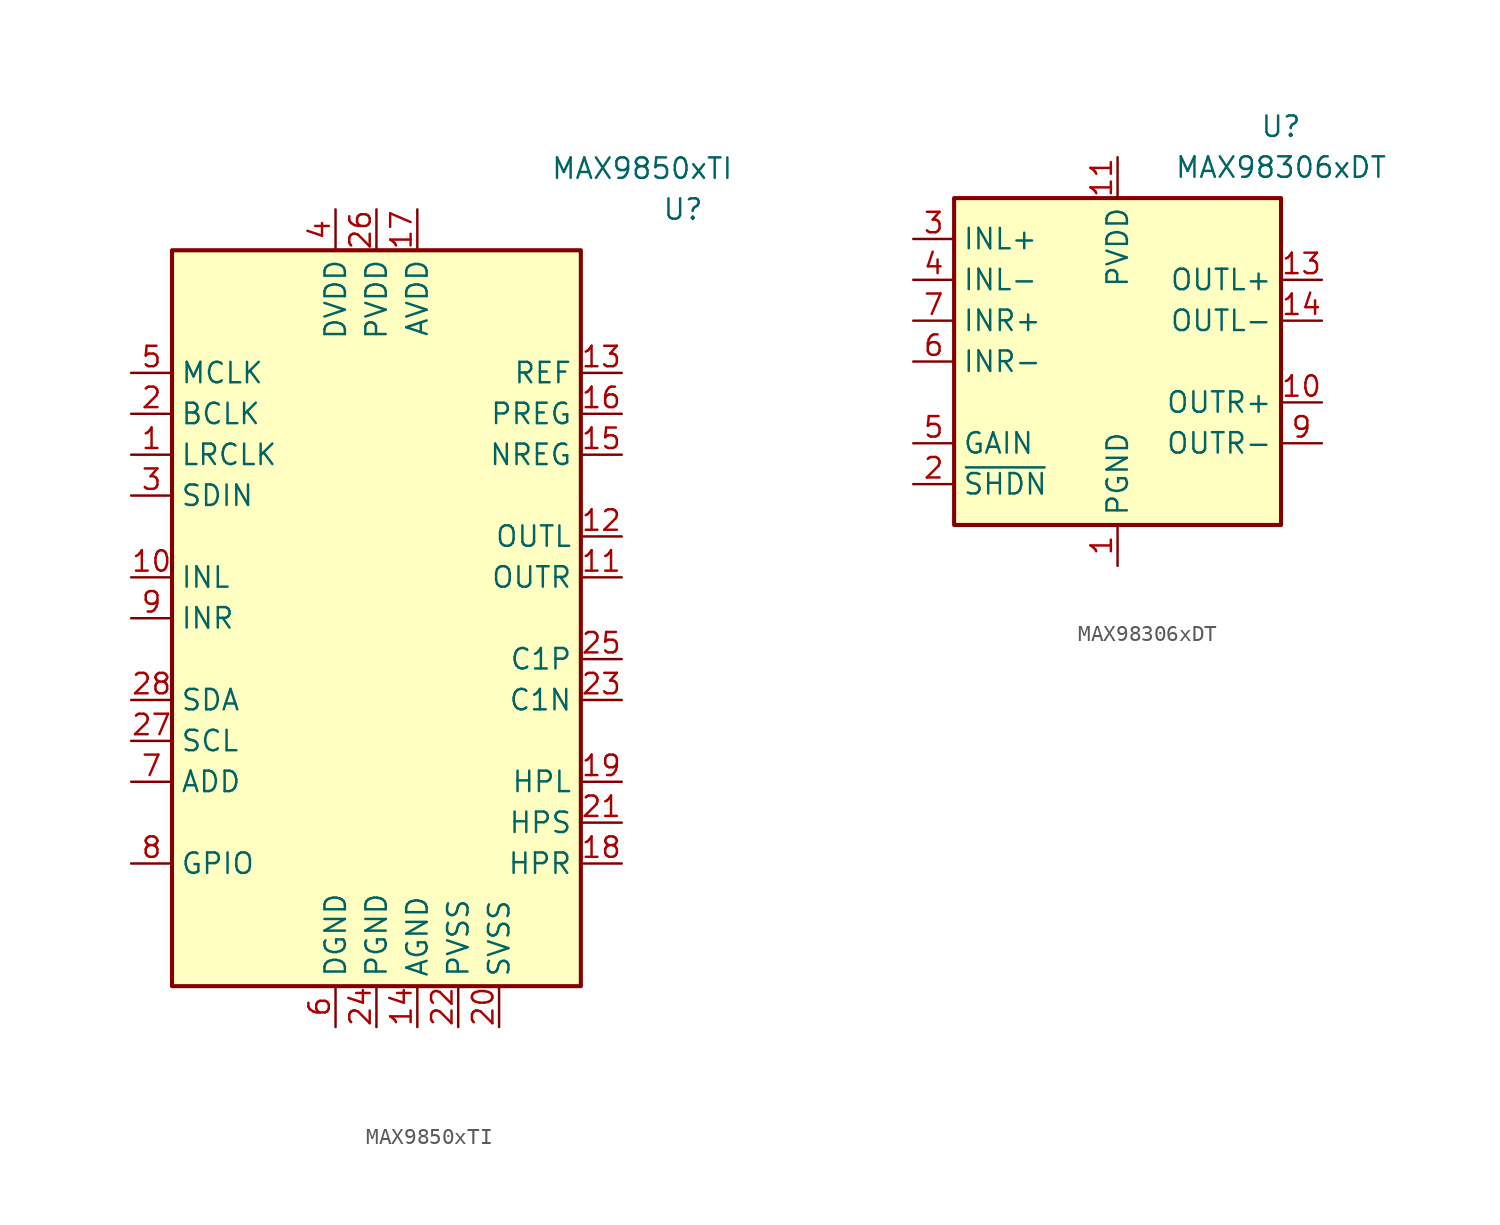
<source format=kicad_sym>
(kicad_symbol_lib
  (version 20201005)
  (generator kicad_symbol_editor)
  (symbol "Amplifier_Audio:MAX9850xTI"
    (property "Reference" "U"
      (at 19.05 25.4 0)
      (effects (font (size 1.27 1.27))))
    (property "Value" "MAX9850xTI"
      (at 16.51 27.94 0)
      (effects (font (size 1.27 1.27))))
    (symbol "MAX9850xTI_0_1"
      (rectangle (start -12.7 22.86) (end 12.7 -22.86) (stroke (width 0.254)) (fill (type background))))
    (symbol "MAX9850xTI_1_1"
      (pin bidirectional line (at -15.24 10.16 0) (length 2.54) (name "LRCLK" (effects (font (size 1.27 1.27)))) (number "1" (effects (font (size 1.27 1.27)))))
      (pin input line (at -15.24 2.54 0) (length 2.54) (name "INL" (effects (font (size 1.27 1.27)))) (number "10" (effects (font (size 1.27 1.27)))))
      (pin output line (at 15.24 2.54 180) (length 2.54) (name "OUTR" (effects (font (size 1.27 1.27)))) (number "11" (effects (font (size 1.27 1.27)))))
      (pin output line (at 15.24 5.08 180) (length 2.54) (name "OUTL" (effects (font (size 1.27 1.27)))) (number "12" (effects (font (size 1.27 1.27)))))
      (pin power_out line (at 15.24 15.24 180) (length 2.54) (name "REF" (effects (font (size 1.27 1.27)))) (number "13" (effects (font (size 1.27 1.27)))))
      (pin power_in line (at 2.54 -25.4 90) (length 2.54) (name "AGND" (effects (font (size 1.27 1.27)))) (number "14" (effects (font (size 1.27 1.27)))))
      (pin power_out line (at 15.24 10.16 180) (length 2.54) (name "NREG" (effects (font (size 1.27 1.27)))) (number "15" (effects (font (size 1.27 1.27)))))
      (pin power_out line (at 15.24 12.7 180) (length 2.54) (name "PREG" (effects (font (size 1.27 1.27)))) (number "16" (effects (font (size 1.27 1.27)))))
      (pin power_in line (at 2.54 25.4 270) (length 2.54) (name "AVDD" (effects (font (size 1.27 1.27)))) (number "17" (effects (font (size 1.27 1.27)))))
      (pin output line (at 15.24 -15.24 180) (length 2.54) (name "HPR" (effects (font (size 1.27 1.27)))) (number "18" (effects (font (size 1.27 1.27)))))
      (pin output line (at 15.24 -10.16 180) (length 2.54) (name "HPL" (effects (font (size 1.27 1.27)))) (number "19" (effects (font (size 1.27 1.27)))))
      (pin bidirectional line (at -15.24 12.7 0) (length 2.54) (name "BCLK" (effects (font (size 1.27 1.27)))) (number "2" (effects (font (size 1.27 1.27)))))
      (pin power_in line (at 7.62 -25.4 90) (length 2.54) (name "SVSS" (effects (font (size 1.27 1.27)))) (number "20" (effects (font (size 1.27 1.27)))))
      (pin input line (at 15.24 -12.7 180) (length 2.54) (name "HPS" (effects (font (size 1.27 1.27)))) (number "21" (effects (font (size 1.27 1.27)))))
      (pin power_in line (at 5.08 -25.4 90) (length 2.54) (name "PVSS" (effects (font (size 1.27 1.27)))) (number "22" (effects (font (size 1.27 1.27)))))
      (pin passive line (at 15.24 -5.08 180) (length 2.54) (name "C1N" (effects (font (size 1.27 1.27)))) (number "23" (effects (font (size 1.27 1.27)))))
      (pin power_in line (at 0 -25.4 90) (length 2.54) (name "PGND" (effects (font (size 1.27 1.27)))) (number "24" (effects (font (size 1.27 1.27)))))
      (pin passive line (at 15.24 -2.54 180) (length 2.54) (name "C1P" (effects (font (size 1.27 1.27)))) (number "25" (effects (font (size 1.27 1.27)))))
      (pin power_in line (at 0 25.4 270) (length 2.54) (name "PVDD" (effects (font (size 1.27 1.27)))) (number "26" (effects (font (size 1.27 1.27)))))
      (pin bidirectional line (at -15.24 -7.62 0) (length 2.54) (name "SCL" (effects (font (size 1.27 1.27)))) (number "27" (effects (font (size 1.27 1.27)))))
      (pin bidirectional line (at -15.24 -5.08 0) (length 2.54) (name "SDA" (effects (font (size 1.27 1.27)))) (number "28" (effects (font (size 1.27 1.27)))))
      (pin passive line (at 2.54 -25.4 90) (length 2.54) hide (name "AGND" (effects (font (size 1.27 1.27)))) (number "29" (effects (font (size 1.27 1.27)))))
      (pin input line (at -15.24 7.62 0) (length 2.54) (name "SDIN" (effects (font (size 1.27 1.27)))) (number "3" (effects (font (size 1.27 1.27)))))
      (pin power_in line (at -2.54 25.4 270) (length 2.54) (name "DVDD" (effects (font (size 1.27 1.27)))) (number "4" (effects (font (size 1.27 1.27)))))
      (pin input line (at -15.24 15.24 0) (length 2.54) (name "MCLK" (effects (font (size 1.27 1.27)))) (number "5" (effects (font (size 1.27 1.27)))))
      (pin power_in line (at -2.54 -25.4 90) (length 2.54) (name "DGND" (effects (font (size 1.27 1.27)))) (number "6" (effects (font (size 1.27 1.27)))))
      (pin input line (at -15.24 -10.16 0) (length 2.54) (name "ADD" (effects (font (size 1.27 1.27)))) (number "7" (effects (font (size 1.27 1.27)))))
      (pin bidirectional line (at -15.24 -15.24 0) (length 2.54) (name "GPIO" (effects (font (size 1.27 1.27)))) (number "8" (effects (font (size 1.27 1.27)))))
      (pin input line (at -15.24 0 0) (length 2.54) (name "INR" (effects (font (size 1.27 1.27)))) (number "9" (effects (font (size 1.27 1.27)))))))
  (symbol "Amplifier_Audio:MAX98306xDT"
    (property "Reference" "U"
      (at 10.16 14.605 0)
      (effects (font (size 1.27 1.27))))
    (property "Value" "MAX98306xDT"
      (at 10.16 12.065 0)
      (effects (font (size 1.27 1.27))))
    (symbol "MAX98306xDT_0_1"
      (rectangle (start -10.16 10.16) (end 10.16 -10.16) (stroke (width 0.254)) (fill (type background))))
    (symbol "MAX98306xDT_1_1"
      (pin power_in line (at 0 -12.7 90) (length 2.54) (name "PGND" (effects (font (size 1.27 1.27)))) (number "1" (effects (font (size 1.27 1.27)))))
      (pin power_out line (at 12.7 -2.54 180) (length 2.54) (name "OUTR+" (effects (font (size 1.27 1.27)))) (number "10" (effects (font (size 1.27 1.27)))))
      (pin power_in line (at 0 12.7 270) (length 2.54) (name "PVDD" (effects (font (size 1.27 1.27)))) (number "11" (effects (font (size 1.27 1.27)))))
      (pin power_in line (at 0 12.7 270) (length 2.54) hide (name "PVDD" (effects (font (size 1.27 1.27)))) (number "12" (effects (font (size 1.27 1.27)))))
      (pin power_out line (at 12.7 5.08 180) (length 2.54) (name "OUTL+" (effects (font (size 1.27 1.27)))) (number "13" (effects (font (size 1.27 1.27)))))
      (pin power_out line (at 12.7 2.54 180) (length 2.54) (name "OUTL-" (effects (font (size 1.27 1.27)))) (number "14" (effects (font (size 1.27 1.27)))))
      (pin power_in line (at 0 -12.7 90) (length 2.54) hide (name "PGND" (effects (font (size 1.27 1.27)))) (number "15" (effects (font (size 1.27 1.27)))))
      (pin input line (at -12.7 -7.62 0) (length 2.54) (name "~{SHDN}" (effects (font (size 1.27 1.27)))) (number "2" (effects (font (size 1.27 1.27)))))
      (pin input line (at -12.7 7.62 0) (length 2.54) (name "INL+" (effects (font (size 1.27 1.27)))) (number "3" (effects (font (size 1.27 1.27)))))
      (pin input line (at -12.7 5.08 0) (length 2.54) (name "INL-" (effects (font (size 1.27 1.27)))) (number "4" (effects (font (size 1.27 1.27)))))
      (pin input line (at -12.7 -5.08 0) (length 2.54) (name "GAIN" (effects (font (size 1.27 1.27)))) (number "5" (effects (font (size 1.27 1.27)))))
      (pin input line (at -12.7 0 0) (length 2.54) (name "INR-" (effects (font (size 1.27 1.27)))) (number "6" (effects (font (size 1.27 1.27)))))
      (pin input line (at -12.7 2.54 0) (length 2.54) (name "INR+" (effects (font (size 1.27 1.27)))) (number "7" (effects (font (size 1.27 1.27)))))
      (pin power_in line (at 0 -12.7 90) (length 2.54) hide (name "PGND" (effects (font (size 1.27 1.27)))) (number "8" (effects (font (size 1.27 1.27)))))
      (pin power_out line (at 12.7 -5.08 180) (length 2.54) (name "OUTR-" (effects (font (size 1.27 1.27)))) (number "9" (effects (font (size 1.27 1.27))))))))
</source>
